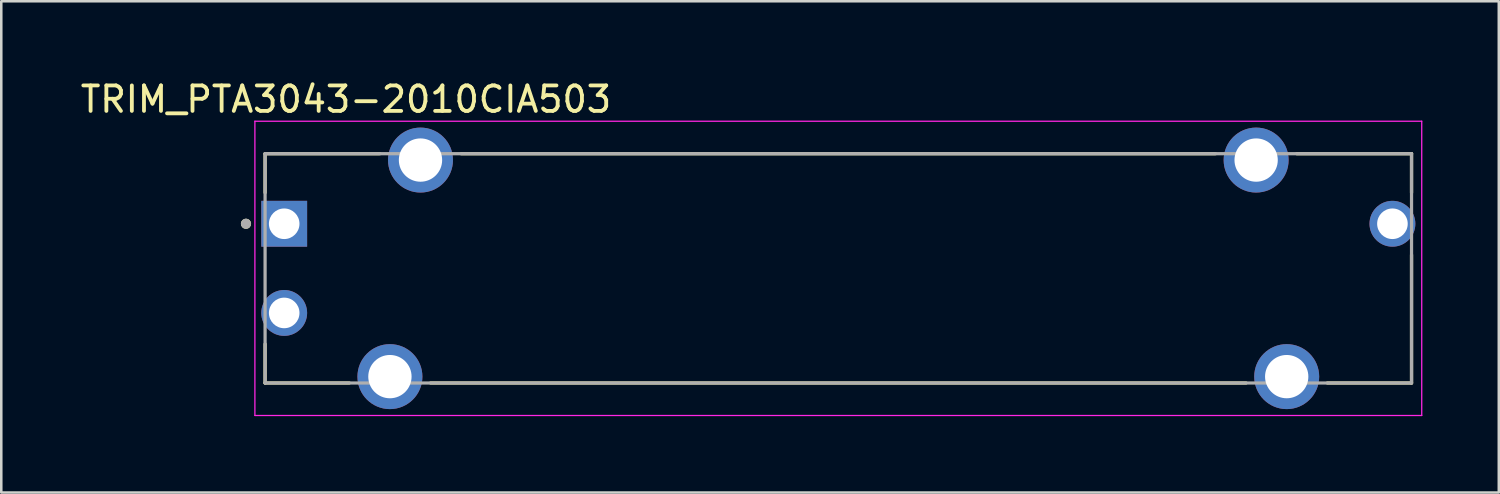
<source format=kicad_pcb>
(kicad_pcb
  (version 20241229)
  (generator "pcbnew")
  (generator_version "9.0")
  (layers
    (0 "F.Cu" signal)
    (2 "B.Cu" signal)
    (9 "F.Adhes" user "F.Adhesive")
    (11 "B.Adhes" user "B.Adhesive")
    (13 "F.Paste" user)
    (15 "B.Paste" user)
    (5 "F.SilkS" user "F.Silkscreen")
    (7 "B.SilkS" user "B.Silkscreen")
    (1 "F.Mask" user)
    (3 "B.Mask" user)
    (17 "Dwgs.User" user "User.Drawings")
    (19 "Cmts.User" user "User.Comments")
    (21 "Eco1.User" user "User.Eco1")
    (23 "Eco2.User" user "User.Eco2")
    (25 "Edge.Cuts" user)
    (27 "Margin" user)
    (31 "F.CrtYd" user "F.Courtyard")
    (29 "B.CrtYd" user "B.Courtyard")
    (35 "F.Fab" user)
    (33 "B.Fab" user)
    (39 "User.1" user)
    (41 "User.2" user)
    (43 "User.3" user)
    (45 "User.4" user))
  (footprint "TRIM_PTA3043-2010CIA503"
    (layer "F.Cu")
    (at 29.855 7.483)
    (property "Reference" "TRIM_PTA3043-2010CIA503" (at -19.325 -6.635 0) (layer "F.SilkS") (effects (font (size 1 1) (thickness 0.15))))
    (attr through_hole)
    (fp_line (start -22.5 -4.5) (end -17.995 -4.5) (stroke (width 0.127) (type solid)) (layer "F.SilkS"))
    (fp_line (start -22.5 -2.97) (end -22.5 -4.5) (stroke (width 0.127) (type solid)) (layer "F.SilkS"))
    (fp_line (start -22.5 4.5) (end -22.5 2.97) (stroke (width 0.127) (type solid)) (layer "F.SilkS"))
    (fp_line (start -19.195 4.5) (end -22.5 4.5) (stroke (width 0.127) (type solid)) (layer "F.SilkS"))
    (fp_line (start -16.005 4.5) (end 16.005 4.5) (stroke (width 0.127) (type solid)) (layer "F.SilkS"))
    (fp_line (start -14.805 -4.5) (end 14.805 -4.5) (stroke (width 0.127) (type solid)) (layer "F.SilkS"))
    (fp_line (start 17.995 -4.5) (end 22.5 -4.5) (stroke (width 0.127) (type solid)) (layer "F.SilkS"))
    (fp_line (start 22.5 -4.5) (end 22.5 -2.97) (stroke (width 0.127) (type solid)) (layer "F.SilkS"))
    (fp_line (start 22.5 4.5) (end 19.195 4.5) (stroke (width 0.127) (type solid)) (layer "F.SilkS"))
    (fp_line (start 22.5 4.5) (end 22.5 -0.53) (stroke (width 0.127) (type solid)) (layer "F.SilkS"))
    (fp_circle (center -23.25 -1.75) (end -23.15 -1.75) (stroke (width 0.2) (type solid)) (fill no) (layer "F.SilkS"))
    (fp_line (start -22.9 -5.775) (end -22.9 5.775) (stroke (width 0.05) (type solid)) (layer "F.CrtYd"))
    (fp_line (start -22.9 5.775) (end 22.9 5.775) (stroke (width 0.05) (type solid)) (layer "F.CrtYd"))
    (fp_line (start 22.9 -5.775) (end -22.9 -5.775) (stroke (width 0.05) (type solid)) (layer "F.CrtYd"))
    (fp_line (start 22.9 5.775) (end 22.9 -5.775) (stroke (width 0.05) (type solid)) (layer "F.CrtYd"))
    (fp_line (start -22.5 -4.5) (end 22.5 -4.5) (stroke (width 0.127) (type solid)) (layer "F.Fab"))
    (fp_line (start -22.5 4.5) (end -22.5 -4.5) (stroke (width 0.127) (type solid)) (layer "F.Fab"))
    (fp_line (start 22.5 -4.5) (end 22.5 4.5) (stroke (width 0.127) (type solid)) (layer "F.Fab"))
    (fp_line (start 22.5 4.5) (end -22.5 4.5) (stroke (width 0.127) (type solid)) (layer "F.Fab"))
    (fp_circle (center -23.25 -1.75) (end -23.15 -1.75) (stroke (width 0.2) (type solid)) (fill no) (layer "F.Fab"))
    (pad "1" thru_hole rect (at -21.75 -1.75) (size 1.8 1.8) (drill 1.2) (layers "*.Cu" "*.Mask"))
    (pad "2" thru_hole circle (at -21.75 1.75) (size 1.8 1.8) (drill 1.2) (layers "*.Cu" "*.Mask"))
    (pad "3" thru_hole circle (at 21.75 -1.75) (size 1.8 1.8) (drill 1.2) (layers "*.Cu" "*.Mask"))
    (pad "SH1" thru_hole circle (at -16.4 -4.25) (size 2.55 2.55) (drill 1.7) (layers "*.Cu" "*.Mask"))
    (pad "SH2" thru_hole circle (at -17.6 4.25) (size 2.55 2.55) (drill 1.7) (layers "*.Cu" "*.Mask"))
    (pad "SH3" thru_hole circle (at 16.4 -4.25) (size 2.55 2.55) (drill 1.7) (layers "*.Cu" "*.Mask"))
    (pad "SH4" thru_hole circle (at 17.6 4.25) (size 2.55 2.55) (drill 1.7) (layers "*.Cu" "*.Mask")))
  (gr_rect
    (start -3 -3)
    (end 55.78 16.283)
    (stroke (width 0.1) (type default))
    (fill no)
    (layer "Edge.Cuts")))
</source>
